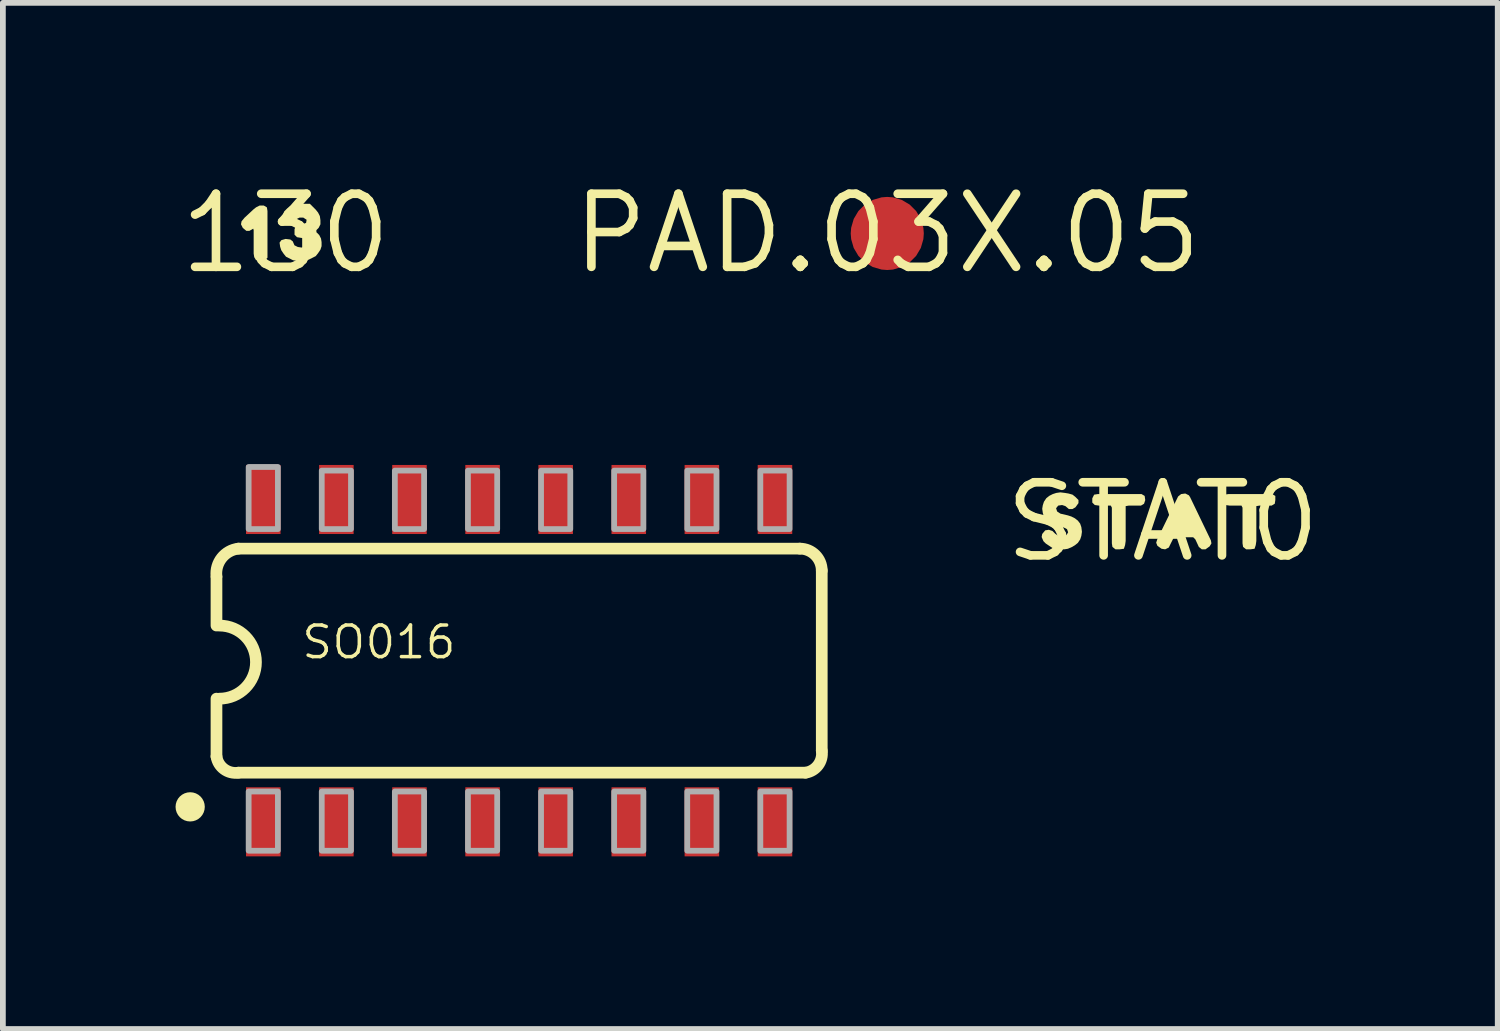
<source format=kicad_pcb>
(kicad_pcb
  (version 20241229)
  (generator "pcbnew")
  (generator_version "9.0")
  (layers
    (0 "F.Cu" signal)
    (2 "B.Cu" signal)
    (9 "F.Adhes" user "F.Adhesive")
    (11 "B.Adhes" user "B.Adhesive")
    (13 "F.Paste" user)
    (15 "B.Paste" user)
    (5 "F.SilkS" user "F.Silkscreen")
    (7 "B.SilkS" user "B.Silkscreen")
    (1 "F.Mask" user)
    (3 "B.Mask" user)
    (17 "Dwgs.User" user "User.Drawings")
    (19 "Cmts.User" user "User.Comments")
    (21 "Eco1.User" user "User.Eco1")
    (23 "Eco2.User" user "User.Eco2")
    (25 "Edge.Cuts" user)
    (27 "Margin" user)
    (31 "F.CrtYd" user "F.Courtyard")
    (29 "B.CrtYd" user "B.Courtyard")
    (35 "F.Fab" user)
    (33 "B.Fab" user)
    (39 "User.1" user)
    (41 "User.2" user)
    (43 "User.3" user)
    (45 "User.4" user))
  (footprint "PAD.03X.05"
    (layer "F.Cu")
    (at 12.365 1.006)
    (property "Reference" "PAD.03X.05" (at 0 0 0) (layer "F.SilkS") (effects (font (size 1.27 1.27) (thickness 0.15))))
    (pad "1" smd roundrect (at 0 0) (size 1.27 1.27) (layers "F.Cu" "F.Mask") (roundrect_rratio 0.5)))
  (footprint "STAT0"
    (layer "F.Cu")
    (at 17.152 6.019)
    (property "Reference" "STAT0" (at 0 0 0) (layer "F.SilkS") (effects (font (size 1.27 1.27) (thickness 0.15))))
    (fp_poly (pts (xy -0.315 -0.453) (xy -0.305 -0.38) (xy -0.326 -0.317) (xy -0.379 -0.285) (xy -0.59 -0.285) (xy -0.645 -0.276) (xy -0.645 0.33) (xy -0.655 0.401) (xy -0.676 0.465) (xy -0.75 0.475) (xy -0.822 0.475) (xy -0.875 0.433) (xy -0.885 0.37) (xy -0.885 -0.249) (xy -0.903 -0.285) (xy -1.11 -0.285) (xy -1.182 -0.295) (xy -1.225 -0.338) (xy -1.225 -0.411) (xy -1.193 -0.475) (xy -1.13 -0.485) (xy -0.369 -0.485)) (stroke (width 0) (type default)) (fill yes) (layer "F.SilkS"))
    (fp_poly (pts (xy 0.453 -0.464) (xy 0.474 -0.432) (xy 0.835 0.318) (xy 0.845 0.371) (xy 0.814 0.423) (xy 0.742 0.475) (xy 0.678 0.475) (xy 0.626 0.433) (xy 0.566 0.303) (xy 0.528 0.265) (xy 0.193 0.265) (xy 0.134 0.382) (xy 0.104 0.444) (xy 0.041 0.475) (xy -0.022 0.465) (xy -0.094 0.413) (xy -0.115 0.36) (xy -0.095 0.298) (xy 0.236 -0.382) (xy 0.266 -0.443) (xy 0.318 -0.485) (xy 0.391 -0.495)) (stroke (width 0) (type default)) (fill yes) (layer "F.SilkS"))
    (fp_poly (pts (xy 1.955 -0.453) (xy 1.955 -0.38) (xy 1.945 -0.317) (xy 1.891 -0.285) (xy 1.68 -0.285) (xy 1.625 -0.276) (xy 1.625 0.33) (xy 1.615 0.401) (xy 1.594 0.465) (xy 1.52 0.475) (xy 1.448 0.475) (xy 1.395 0.433) (xy 1.385 0.37) (xy 1.385 -0.249) (xy 1.367 -0.285) (xy 1.16 -0.285) (xy 1.088 -0.295) (xy 1.045 -0.338) (xy 1.045 -0.411) (xy 1.066 -0.475) (xy 1.14 -0.485) (xy 1.901 -0.485)) (stroke (width 0) (type default)) (fill yes) (layer "F.SilkS"))
    (fp_poly (pts (xy -1.699 -0.505) (xy -1.639 -0.495) (xy -1.568 -0.475) (xy -1.517 -0.434) (xy -1.465 -0.382) (xy -1.465 -0.328) (xy -1.517 -0.256) (xy -1.569 -0.225) (xy -1.632 -0.225) (xy -1.692 -0.276) (xy -1.75 -0.295) (xy -1.817 -0.285) (xy -1.854 -0.239) (xy -1.836 -0.183) (xy -1.778 -0.145) (xy -1.649 -0.115) (xy -1.588 -0.095) (xy -1.527 -0.064) (xy -1.476 -0.024) (xy -1.436 0.028) (xy -1.415 0.089) (xy -1.405 0.17) (xy -1.415 0.241) (xy -1.435 0.302) (xy -1.476 0.363) (xy -1.527 0.404) (xy -1.578 0.434) (xy -1.649 0.465) (xy -1.71 0.475) (xy -1.851 0.475) (xy -1.912 0.455) (xy -2.033 0.374) (xy -2.074 0.333) (xy -2.105 0.261) (xy -2.095 0.208) (xy -2.043 0.145) (xy -1.98 0.135) (xy -1.917 0.156) (xy -1.867 0.206) (xy -1.808 0.245) (xy -1.741 0.255) (xy -1.673 0.226) (xy -1.645 0.179) (xy -1.664 0.124) (xy -1.722 0.095) (xy -1.781 0.085) (xy -1.852 0.065) (xy -1.922 0.034) (xy -1.973 0.004) (xy -2.024 -0.036) (xy -2.065 -0.088) (xy -2.085 -0.159) (xy -2.095 -0.23) (xy -2.085 -0.291) (xy -2.065 -0.352) (xy -2.024 -0.413) (xy -1.973 -0.454) (xy -1.912 -0.485) (xy -1.851 -0.505) (xy -1.78 -0.515)) (stroke (width 0) (type default)) (fill yes) (layer "F.SilkS")))
  (footprint "SO016"
    (layer "F.Cu")
    (at 5.969 8.428)
    (property "Reference" "SO016" (at -3.81 0 0) (layer "F.SilkS") (effects (font (size 0.549 0.549) (thickness 0.061)) (justify left bottom)))
    (fp_line (start -5.258 -1.453) (end -5.258 -0.61) (stroke (width 0.203) (type solid)) (layer "F.SilkS"))
    (fp_line (start -5.258 1.665) (end -5.258 0.66) (stroke (width 0.203) (type solid)) (layer "F.SilkS"))
    (fp_line (start -4.877 1.946) (end 4.977 1.946) (stroke (width 0.203) (type solid)) (layer "F.SilkS"))
    (fp_line (start 4.877 -1.946) (end -4.877 -1.946) (stroke (width 0.203) (type solid)) (layer "F.SilkS"))
    (fp_line (start 5.258 1.565) (end 5.258 -1.565) (stroke (width 0.203) (type solid)) (layer "F.SilkS"))
    (fp_arc (start -5.2578 -1.4653) (mid -5.166948 -1.784731) (end -4.8768 -1.9463) (stroke (width 0.2032) (type solid)) (layer "F.SilkS"))
    (fp_arc (start -5.207 -0.6096) (mid -4.572 0.0254) (end -5.207 0.6604) (stroke (width 0.2032) (type solid)) (layer "F.SilkS"))
    (fp_arc (start -4.876799 1.946301) (mid -5.12554 1.884767) (end -5.2578 1.6653) (stroke (width 0.2032) (type solid)) (layer "F.SilkS"))
    (fp_arc (start 4.8768 -1.9463) (mid 5.146237 -1.834736) (end 5.2578 -1.565298) (stroke (width 0.2032) (type solid)) (layer "F.SilkS"))
    (fp_arc (start 5.2578 1.5653) (mid 5.196208 1.813997) (end 4.9768 1.9463) (stroke (width 0.2032) (type solid)) (layer "F.SilkS"))
    (fp_circle (center -5.715 2.54) (end -5.588 2.54) (stroke (width 0.254) (type solid)) (fill no) (layer "F.SilkS"))
    (fp_poly (pts (xy -4.699 -2.286) (xy -4.191 -2.286) (xy -4.191 -3.365) (xy -4.699 -3.365)) (stroke (width 0.1) (type default)) (fill no) (layer "F.Fab"))
    (fp_poly (pts (xy -4.699 3.302) (xy -4.191 3.302) (xy -4.191 2.273) (xy -4.699 2.273)) (stroke (width 0.1) (type default)) (fill no) (layer "F.Fab"))
    (fp_poly (pts (xy -3.429 -2.286) (xy -2.921 -2.286) (xy -2.921 -3.302) (xy -3.429 -3.302)) (stroke (width 0.1) (type default)) (fill no) (layer "F.Fab"))
    (fp_poly (pts (xy -3.429 3.302) (xy -2.921 3.302) (xy -2.921 2.273) (xy -3.429 2.273)) (stroke (width 0.1) (type default)) (fill no) (layer "F.Fab"))
    (fp_poly (pts (xy -2.159 -2.286) (xy -1.651 -2.286) (xy -1.651 -3.302) (xy -2.159 -3.302)) (stroke (width 0.1) (type default)) (fill no) (layer "F.Fab"))
    (fp_poly (pts (xy -2.159 3.302) (xy -1.651 3.302) (xy -1.651 2.273) (xy -2.159 2.273)) (stroke (width 0.1) (type default)) (fill no) (layer "F.Fab"))
    (fp_poly (pts (xy -0.889 -2.286) (xy -0.381 -2.286) (xy -0.381 -3.302) (xy -0.889 -3.302)) (stroke (width 0.1) (type default)) (fill no) (layer "F.Fab"))
    (fp_poly (pts (xy -0.889 3.302) (xy -0.381 3.302) (xy -0.381 2.273) (xy -0.889 2.273)) (stroke (width 0.1) (type default)) (fill no) (layer "F.Fab"))
    (fp_poly (pts (xy 0.381 -2.286) (xy 0.889 -2.286) (xy 0.889 -3.302) (xy 0.381 -3.302)) (stroke (width 0.1) (type default)) (fill no) (layer "F.Fab"))
    (fp_poly (pts (xy 0.381 3.302) (xy 0.889 3.302) (xy 0.889 2.273) (xy 0.381 2.273)) (stroke (width 0.1) (type default)) (fill no) (layer "F.Fab"))
    (fp_poly (pts (xy 1.651 -2.286) (xy 2.159 -2.286) (xy 2.159 -3.302) (xy 1.651 -3.302)) (stroke (width 0.1) (type default)) (fill no) (layer "F.Fab"))
    (fp_poly (pts (xy 1.651 3.302) (xy 2.159 3.302) (xy 2.159 2.273) (xy 1.651 2.273)) (stroke (width 0.1) (type default)) (fill no) (layer "F.Fab"))
    (fp_poly (pts (xy 2.921 -2.286) (xy 3.429 -2.286) (xy 3.429 -3.302) (xy 2.921 -3.302)) (stroke (width 0.1) (type default)) (fill no) (layer "F.Fab"))
    (fp_poly (pts (xy 2.921 3.302) (xy 3.429 3.302) (xy 3.429 2.273) (xy 2.921 2.273)) (stroke (width 0.1) (type default)) (fill no) (layer "F.Fab"))
    (fp_poly (pts (xy 4.191 -2.286) (xy 4.699 -2.286) (xy 4.699 -3.302) (xy 4.191 -3.302)) (stroke (width 0.1) (type default)) (fill no) (layer "F.Fab"))
    (fp_poly (pts (xy 4.191 3.302) (xy 4.699 3.302) (xy 4.699 2.273) (xy 4.191 2.273)) (stroke (width 0.1) (type default)) (fill no) (layer "F.Fab"))
    (pad "1" smd rect (at -4.445 2.8) (size 0.6 1.2) (layers "F.Cu" "F.Mask" "F.Paste"))
    (pad "2" smd rect (at -3.175 2.8) (size 0.6 1.2) (layers "F.Cu" "F.Mask" "F.Paste"))
    (pad "3" smd rect (at -1.905 2.8) (size 0.6 1.2) (layers "F.Cu" "F.Mask" "F.Paste"))
    (pad "4" smd rect (at -0.635 2.8) (size 0.6 1.2) (layers "F.Cu" "F.Mask" "F.Paste"))
    (pad "5" smd rect (at 0.635 2.8) (size 0.6 1.2) (layers "F.Cu" "F.Mask" "F.Paste"))
    (pad "6" smd rect (at 1.905 2.8) (size 0.6 1.2) (layers "F.Cu" "F.Mask" "F.Paste"))
    (pad "7" smd rect (at 3.175 2.8) (size 0.6 1.2) (layers "F.Cu" "F.Mask" "F.Paste"))
    (pad "8" smd rect (at 4.445 2.8) (size 0.6 1.2) (layers "F.Cu" "F.Mask" "F.Paste"))
    (pad "9" smd rect (at 4.445 -2.8) (size 0.6 1.2) (layers "F.Cu" "F.Mask" "F.Paste"))
    (pad "10" smd rect (at 3.175 -2.8) (size 0.6 1.2) (layers "F.Cu" "F.Mask" "F.Paste"))
    (pad "11" smd rect (at 1.905 -2.8) (size 0.6 1.2) (layers "F.Cu" "F.Mask" "F.Paste"))
    (pad "12" smd rect (at 0.635 -2.8) (size 0.6 1.2) (layers "F.Cu" "F.Mask" "F.Paste"))
    (pad "13" smd rect (at -0.635 -2.8) (size 0.6 1.2) (layers "F.Cu" "F.Mask" "F.Paste"))
    (pad "14" smd rect (at -1.905 -2.8) (size 0.6 1.2) (layers "F.Cu" "F.Mask" "F.Paste"))
    (pad "15" smd rect (at -3.175 -2.8) (size 0.6 1.2) (layers "F.Cu" "F.Mask" "F.Paste"))
    (pad "16" smd rect (at -4.445 -2.8) (size 0.6 1.2) (layers "F.Cu" "F.Mask" "F.Paste")))
  (footprint "130"
    (layer "F.Cu")
    (at 1.912 1.006)
    (property "Reference" "130" (at 0 0 0) (layer "F.SilkS") (effects (font (size 1.27 1.27) (thickness 0.15))))
    (fp_poly (pts (xy -0.325 -0.453) (xy -0.315 -0.39) (xy -0.315 0.422) (xy -0.358 0.465) (xy -0.44 0.475) (xy -0.513 0.465) (xy -0.545 0.412) (xy -0.555 0.35) (xy -0.555 -0.059) (xy -0.563 -0.083) (xy -0.629 -0.045) (xy -0.682 -0.045) (xy -0.744 -0.097) (xy -0.775 -0.159) (xy -0.765 -0.212) (xy -0.714 -0.273) (xy -0.563 -0.414) (xy -0.513 -0.454) (xy -0.451 -0.485) (xy -0.379 -0.485)) (stroke (width 0) (type default)) (fill yes) (layer "F.SilkS"))
    (fp_poly (pts (xy 0.524 -0.413) (xy 0.564 -0.363) (xy 0.595 -0.302) (xy 0.605 -0.23) (xy 0.605 -0.159) (xy 0.574 -0.097) (xy 0.535 -0.058) (xy 0.535 -0.022) (xy 0.584 0.027) (xy 0.615 0.088) (xy 0.625 0.15) (xy 0.625 0.221) (xy 0.605 0.282) (xy 0.564 0.343) (xy 0.523 0.394) (xy 0.402 0.455) (xy 0.341 0.475) (xy 0.19 0.475) (xy 0.128 0.465) (xy 0.007 0.404) (xy -0.034 0.353) (xy -0.075 0.292) (xy -0.095 0.231) (xy -0.105 0.159) (xy -0.073 0.116) (xy -0.000392 0.095) (xy 0.082 0.105) (xy 0.124 0.137) (xy 0.154 0.206) (xy 0.212 0.235) (xy 0.28 0.245) (xy 0.338 0.226) (xy 0.385 0.188) (xy 0.375 0.132) (xy 0.328 0.085) (xy 0.259 0.075) (xy 0.198 0.065) (xy 0.155 0.022) (xy 0.155 -0.071) (xy 0.176 -0.134) (xy 0.229 -0.155) (xy 0.309 -0.165) (xy 0.356 -0.184) (xy 0.365 -0.238) (xy 0.308 -0.275) (xy 0.241 -0.275) (xy 0.183 -0.246) (xy 0.144 -0.196) (xy 0.091 -0.155) (xy 0.028 -0.165) (xy -0.034 -0.206) (xy -0.065 -0.259) (xy -0.055 -0.311) (xy -0.024 -0.383) (xy 0.027 -0.434) (xy 0.078 -0.475) (xy 0.149 -0.495) (xy 0.219 -0.515) (xy 0.422 -0.515)) (stroke (width 0) (type default)) (fill yes) (layer "F.SilkS")))
  (gr_rect
    (start -3 -3)
    (end 22.971 14.828)
    (stroke (width 0.1) (type default))
    (fill no)
    (layer "Edge.Cuts")))
</source>
